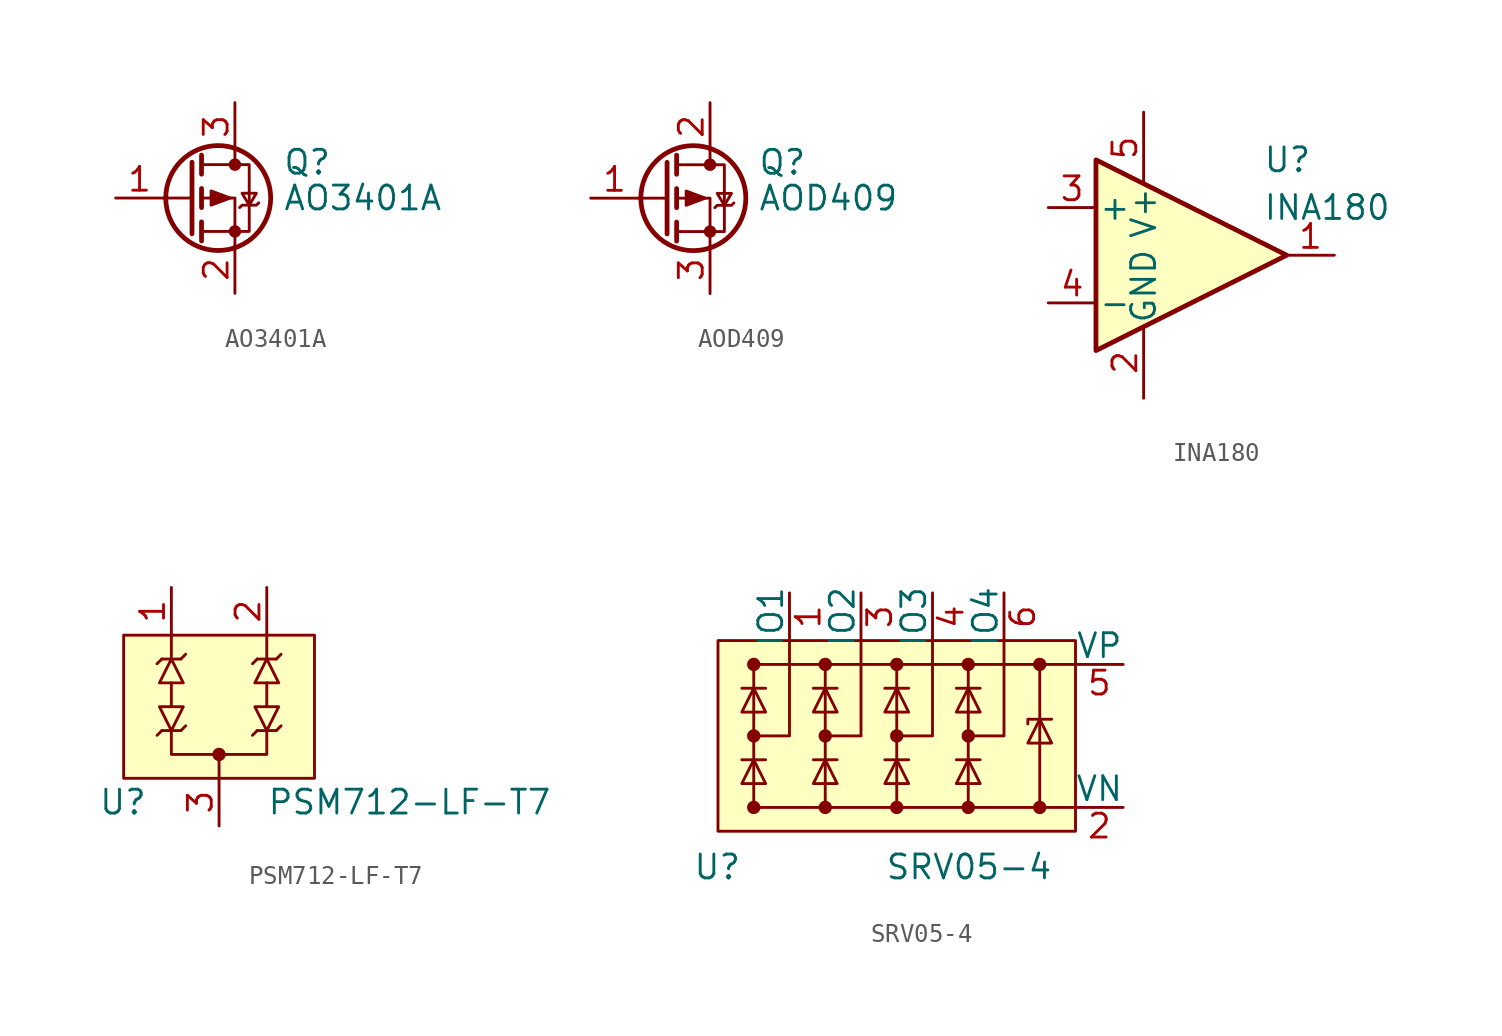
<source format=kicad_sym>
(kicad_symbol_lib
  (version 20220914)
  (generator kicad_symbol_editor)
  (symbol "AO3401A"
    (pin_names hide)
    (property "Reference" "Q"
      (at 5.08 1.905 0)
      (effects (font (size 1.27 1.27)) (justify left)))
    (property "Value" "AO3401A"
      (at 5.08 0 0)
      (effects (font (size 1.27 1.27)) (justify left)))
    (symbol "AO3401A_0_1"
      (polyline (pts (xy 0.254 0) (xy -1.27 0)) (stroke (width 0) (type default)) (fill (type none)))
      (polyline (pts (xy 0.254 1.905) (xy 0.254 -1.905)) (stroke (width 0.254) (type default)) (fill (type none)))
      (polyline (pts (xy 0.762 -1.27) (xy 0.762 -2.286)) (stroke (width 0.254) (type default)) (fill (type none)))
      (polyline (pts (xy 0.762 0.508) (xy 0.762 -0.508)) (stroke (width 0.254) (type default)) (fill (type none)))
      (polyline (pts (xy 0.762 2.286) (xy 0.762 1.27)) (stroke (width 0.254) (type default)) (fill (type none)))
      (polyline (pts (xy 2.54 2.54) (xy 2.54 1.778)) (stroke (width 0) (type default)) (fill (type none)))
      (polyline (pts (xy 2.54 -2.54) (xy 2.54 0) (xy 0.762 0)) (stroke (width 0) (type default)) (fill (type none)))
      (polyline (pts (xy 0.762 1.778) (xy 3.302 1.778) (xy 3.302 -1.778) (xy 0.762 -1.778)) (stroke (width 0) (type default)) (fill (type none)))
      (polyline (pts (xy 2.286 0) (xy 1.27 0.381) (xy 1.27 -0.381) (xy 2.286 0)) (stroke (width 0) (type default)) (fill (type outline)))
      (polyline (pts (xy 2.794 -0.508) (xy 2.921 -0.381) (xy 3.683 -0.381) (xy 3.81 -0.254)) (stroke (width 0) (type default)) (fill (type none)))
      (polyline (pts (xy 3.302 -0.381) (xy 2.921 0.254) (xy 3.683 0.254) (xy 3.302 -0.381)) (stroke (width 0) (type default)) (fill (type none)))
      (circle (center 1.651 0) (radius 2.794) (stroke (width 0.254) (type default)) (fill (type none)))
      (circle (center 2.54 -1.778) (radius 0.254) (stroke (width 0) (type default)) (fill (type outline)))
      (circle (center 2.54 1.778) (radius 0.254) (stroke (width 0) (type default)) (fill (type outline))))
    (symbol "AO3401A_1_1"
      (pin input line (at -3.81 0 0) (length 2.54) (name "G" (effects (font (size 1.27 1.27)))) (number "1" (effects (font (size 1.27 1.27)))))
      (pin passive line (at 2.54 -5.08 90) (length 2.54) (name "S" (effects (font (size 1.27 1.27)))) (number "2" (effects (font (size 1.27 1.27)))))
      (pin passive line (at 2.54 5.08 270) (length 2.54) (name "D" (effects (font (size 1.27 1.27)))) (number "3" (effects (font (size 1.27 1.27)))))))
  (symbol "AOD409"
    (pin_names hide)
    (property "Reference" "Q"
      (at 5.08 1.905 0)
      (effects (font (size 1.27 1.27)) (justify left)))
    (property "Value" "AOD409"
      (at 5.08 0 0)
      (effects (font (size 1.27 1.27)) (justify left)))
    (symbol "AOD409_0_1"
      (polyline (pts (xy 0.254 0) (xy -1.27 0)) (stroke (width 0) (type default)) (fill (type none)))
      (polyline (pts (xy 0.254 1.905) (xy 0.254 -1.905)) (stroke (width 0.254) (type default)) (fill (type none)))
      (polyline (pts (xy 0.762 -1.27) (xy 0.762 -2.286)) (stroke (width 0.254) (type default)) (fill (type none)))
      (polyline (pts (xy 0.762 0.508) (xy 0.762 -0.508)) (stroke (width 0.254) (type default)) (fill (type none)))
      (polyline (pts (xy 0.762 2.286) (xy 0.762 1.27)) (stroke (width 0.254) (type default)) (fill (type none)))
      (polyline (pts (xy 2.54 2.54) (xy 2.54 1.778)) (stroke (width 0) (type default)) (fill (type none)))
      (polyline (pts (xy 2.54 -2.54) (xy 2.54 0) (xy 0.762 0)) (stroke (width 0) (type default)) (fill (type none)))
      (polyline (pts (xy 0.762 1.778) (xy 3.302 1.778) (xy 3.302 -1.778) (xy 0.762 -1.778)) (stroke (width 0) (type default)) (fill (type none)))
      (polyline (pts (xy 2.286 0) (xy 1.27 0.381) (xy 1.27 -0.381) (xy 2.286 0)) (stroke (width 0) (type default)) (fill (type outline)))
      (polyline (pts (xy 2.794 -0.508) (xy 2.921 -0.381) (xy 3.683 -0.381) (xy 3.81 -0.254)) (stroke (width 0) (type default)) (fill (type none)))
      (polyline (pts (xy 3.302 -0.381) (xy 2.921 0.254) (xy 3.683 0.254) (xy 3.302 -0.381)) (stroke (width 0) (type default)) (fill (type none)))
      (circle (center 1.651 0) (radius 2.794) (stroke (width 0.254) (type default)) (fill (type none)))
      (circle (center 2.54 -1.778) (radius 0.254) (stroke (width 0) (type default)) (fill (type outline)))
      (circle (center 2.54 1.778) (radius 0.254) (stroke (width 0) (type default)) (fill (type outline))))
    (symbol "AOD409_1_1"
      (pin input line (at -3.81 0 0) (length 2.54) (name "G" (effects (font (size 1.27 1.27)))) (number "1" (effects (font (size 1.27 1.27)))))
      (pin passive line (at 2.54 5.08 270) (length 2.54) (name "D" (effects (font (size 1.27 1.27)))) (number "2" (effects (font (size 1.27 1.27)))))
      (pin passive line (at 2.54 -5.08 90) (length 2.54) (name "S" (effects (font (size 1.27 1.27)))) (number "3" (effects (font (size 1.27 1.27)))))))
  (symbol "INA180"
    (pin_names
      (offset 0.127))
    (property "Reference" "U"
      (at 3.81 5.08 0)
      (effects (font (size 1.27 1.27)) (justify left)))
    (property "Value" "INA180"
      (at 3.81 2.54 0)
      (effects (font (size 1.27 1.27)) (justify left)))
    (symbol "INA180_0_1"
      (polyline (pts (xy -5.08 5.08) (xy 5.08 0) (xy -5.08 -5.08) (xy -5.08 5.08)) (stroke (width 0.254) (type default)) (fill (type background))))
    (symbol "INA180_1_1"
      (pin output line (at 7.62 0 180) (length 2.54) (name "~" (effects (font (size 1.27 1.27)))) (number "1" (effects (font (size 1.27 1.27)))))
      (pin power_in line (at -2.54 -7.62 90) (length 3.81) (name "GND" (effects (font (size 1.27 1.27)))) (number "2" (effects (font (size 1.27 1.27)))))
      (pin input line (at -7.62 2.54 0) (length 2.54) (name "+" (effects (font (size 1.27 1.27)))) (number "3" (effects (font (size 1.27 1.27)))))
      (pin input line (at -7.62 -2.54 0) (length 2.54) (name "-" (effects (font (size 1.27 1.27)))) (number "4" (effects (font (size 1.27 1.27)))))
      (pin power_in line (at -2.54 7.62 270) (length 3.81) (name "V+" (effects (font (size 1.27 1.27)))) (number "5" (effects (font (size 1.27 1.27)))))))
  (symbol "PSM712-LF-T7"
    (pin_names
      (offset 0))
    (property "Reference" "U"
      (at -3.81 -5.08 0)
      (effects (font (size 1.27 1.27)) (justify right)))
    (property "Value" "PSM712-LF-T7"
      (at 2.54 -5.08 0)
      (effects (font (size 1.27 1.27)) (justify left)))
    (symbol "PSM712-LF-T7_0_1"
      (rectangle (start -5.08 3.81) (end 5.08 -3.81) (stroke (width 0) (type default)) (fill (type background)))
      (circle (center 0 -2.54) (radius 0.279) (stroke (width 0) (type default)) (fill (type outline)))
      (polyline (pts (xy -3.302 2.286) (xy -3.048 2.54)) (stroke (width 0) (type default)) (fill (type none)))
      (polyline (pts (xy -3.048 -1.27) (xy -3.302 -1.524)) (stroke (width 0) (type default)) (fill (type none)))
      (polyline (pts (xy -3.048 -1.27) (xy -2.032 -1.27)) (stroke (width 0) (type default)) (fill (type none)))
      (polyline (pts (xy -2.54 1.27) (xy -2.54 0)) (stroke (width 0) (type default)) (fill (type none)))
      (polyline (pts (xy -2.54 2.54) (xy -2.54 3.81)) (stroke (width 0) (type default)) (fill (type none)))
      (polyline (pts (xy -2.032 2.54) (xy -3.048 2.54)) (stroke (width 0) (type default)) (fill (type none)))
      (polyline (pts (xy -2.032 2.54) (xy -1.778 2.794)) (stroke (width 0) (type default)) (fill (type none)))
      (polyline (pts (xy -1.778 -1.016) (xy -2.032 -1.27)) (stroke (width 0) (type default)) (fill (type none)))
      (polyline (pts (xy 0 -2.54) (xy 0 -3.81)) (stroke (width 0) (type default)) (fill (type none)))
      (polyline (pts (xy 1.778 2.286) (xy 2.032 2.54)) (stroke (width 0) (type default)) (fill (type none)))
      (polyline (pts (xy 2.032 -1.27) (xy 1.778 -1.524)) (stroke (width 0) (type default)) (fill (type none)))
      (polyline (pts (xy 2.032 -1.27) (xy 3.048 -1.27)) (stroke (width 0) (type default)) (fill (type none)))
      (polyline (pts (xy 2.54 1.27) (xy 2.54 0)) (stroke (width 0) (type default)) (fill (type none)))
      (polyline (pts (xy 2.54 2.54) (xy 2.54 3.81)) (stroke (width 0) (type default)) (fill (type none)))
      (polyline (pts (xy 3.048 2.54) (xy 2.032 2.54)) (stroke (width 0) (type default)) (fill (type none)))
      (polyline (pts (xy 3.048 2.54) (xy 3.302 2.794)) (stroke (width 0) (type default)) (fill (type none)))
      (polyline (pts (xy 3.302 -1.016) (xy 3.048 -1.27)) (stroke (width 0) (type default)) (fill (type none)))
      (polyline (pts (xy -3.175 0) (xy -1.905 0) (xy -2.54 -1.27) (xy -3.175 0)) (stroke (width 0) (type default)) (fill (type none)))
      (polyline (pts (xy -2.54 -1.27) (xy -2.54 -2.54) (xy 2.54 -2.54) (xy 2.54 -1.27)) (stroke (width 0) (type default)) (fill (type none)))
      (polyline (pts (xy -1.905 1.27) (xy -3.175 1.27) (xy -2.54 2.54) (xy -1.905 1.27)) (stroke (width 0) (type default)) (fill (type none)))
      (polyline (pts (xy 1.905 0) (xy 3.175 0) (xy 2.54 -1.27) (xy 1.905 0)) (stroke (width 0) (type default)) (fill (type none)))
      (polyline (pts (xy 3.175 1.27) (xy 1.905 1.27) (xy 2.54 2.54) (xy 3.175 1.27)) (stroke (width 0) (type default)) (fill (type none))))
    (symbol "PSM712-LF-T7_1_1"
      (pin passive line (at -2.54 6.35 270) (length 2.54) (name "" (effects (font (size 1.27 1.27)))) (number "1" (effects (font (size 1.27 1.27)))))
      (pin passive line (at 2.54 6.35 270) (length 2.54) (name "" (effects (font (size 1.27 1.27)))) (number "2" (effects (font (size 1.27 1.27)))))
      (pin passive line (at 0 -6.35 90) (length 2.54) (name "" (effects (font (size 1.27 1.27)))) (number "3" (effects (font (size 1.27 1.27)))))))
  (symbol "SRV05-4"
    (pin_names
      (offset 0))
    (property "Reference" "U"
      (at -7.62 -6.985 0)
      (effects (font (size 1.27 1.27)) (justify right)))
    (property "Value" "SRV05-4"
      (at 0 -6.985 0)
      (effects (font (size 1.27 1.27)) (justify left)))
    (symbol "SRV05-4_0_0"
      (polyline (pts (xy -6.985 -3.81) (xy -6.985 3.81)) (stroke (width 0) (type default)) (fill (type none)))
      (polyline (pts (xy -3.175 -3.81) (xy -3.175 3.81)) (stroke (width 0) (type default)) (fill (type none)))
      (polyline (pts (xy 0.635 -3.81) (xy 0.635 3.81)) (stroke (width 0) (type default)) (fill (type none)))
      (polyline (pts (xy 4.445 -3.81) (xy 4.445 3.81)) (stroke (width 0) (type default)) (fill (type none))))
    (symbol "SRV05-4_0_1"
      (rectangle (start -8.89 5.08) (end 10.16 -5.08) (stroke (width 0) (type default)) (fill (type background)))
      (circle (center -6.985 -3.81) (radius 0.279) (stroke (width 0) (type default)) (fill (type outline)))
      (circle (center -6.985 0) (radius 0.279) (stroke (width 0) (type default)) (fill (type outline)))
      (circle (center -6.985 3.81) (radius 0.279) (stroke (width 0) (type default)) (fill (type outline)))
      (circle (center -3.175 -3.81) (radius 0.279) (stroke (width 0) (type default)) (fill (type outline)))
      (circle (center -3.175 0) (radius 0.279) (stroke (width 0) (type default)) (fill (type outline)))
      (circle (center -3.175 3.81) (radius 0.279) (stroke (width 0) (type default)) (fill (type outline)))
      (polyline (pts (xy -6.35 -1.27) (xy -7.62 -1.27)) (stroke (width 0) (type default)) (fill (type none)))
      (polyline (pts (xy -6.35 2.54) (xy -7.62 2.54)) (stroke (width 0) (type default)) (fill (type none)))
      (polyline (pts (xy -2.54 -1.27) (xy -3.81 -1.27)) (stroke (width 0) (type default)) (fill (type none)))
      (polyline (pts (xy -2.54 2.54) (xy -3.81 2.54)) (stroke (width 0) (type default)) (fill (type none)))
      (polyline (pts (xy 1.27 -1.27) (xy 0 -1.27)) (stroke (width 0) (type default)) (fill (type none)))
      (polyline (pts (xy 1.27 2.54) (xy 0 2.54)) (stroke (width 0) (type default)) (fill (type none)))
      (polyline (pts (xy 5.08 -1.27) (xy 3.81 -1.27)) (stroke (width 0) (type default)) (fill (type none)))
      (polyline (pts (xy 5.08 2.54) (xy 3.81 2.54)) (stroke (width 0) (type default)) (fill (type none)))
      (polyline (pts (xy 8.255 3.81) (xy 8.255 -3.81)) (stroke (width 0) (type default)) (fill (type none)))
      (polyline (pts (xy 10.16 -3.81) (xy -6.985 -3.81)) (stroke (width 0) (type default)) (fill (type none)))
      (polyline (pts (xy 10.16 3.81) (xy -6.985 3.81)) (stroke (width 0) (type default)) (fill (type none)))
      (polyline (pts (xy -6.985 0) (xy -5.08 0) (xy -5.08 5.08)) (stroke (width 0) (type default)) (fill (type none)))
      (polyline (pts (xy -3.175 0) (xy -1.27 0) (xy -1.27 5.08)) (stroke (width 0) (type default)) (fill (type none)))
      (polyline (pts (xy 0.635 0) (xy 2.54 0) (xy 2.54 5.08)) (stroke (width 0) (type default)) (fill (type none)))
      (polyline (pts (xy 4.445 0) (xy 6.35 0) (xy 6.35 5.08)) (stroke (width 0) (type default)) (fill (type none)))
      (polyline (pts (xy 8.89 0.889) (xy 7.62 0.889) (xy 7.62 0.635)) (stroke (width 0) (type default)) (fill (type none)))
      (polyline (pts (xy -6.35 -2.54) (xy -7.62 -2.54) (xy -6.985 -1.27) (xy -6.35 -2.54)) (stroke (width 0) (type default)) (fill (type none)))
      (polyline (pts (xy -6.35 1.27) (xy -7.62 1.27) (xy -6.985 2.54) (xy -6.35 1.27)) (stroke (width 0) (type default)) (fill (type none)))
      (polyline (pts (xy -2.54 -2.54) (xy -3.81 -2.54) (xy -3.175 -1.27) (xy -2.54 -2.54)) (stroke (width 0) (type default)) (fill (type none)))
      (polyline (pts (xy -2.54 1.27) (xy -3.81 1.27) (xy -3.175 2.54) (xy -2.54 1.27)) (stroke (width 0) (type default)) (fill (type none)))
      (polyline (pts (xy 1.27 -2.54) (xy 0 -2.54) (xy 0.635 -1.27) (xy 1.27 -2.54)) (stroke (width 0) (type default)) (fill (type none)))
      (polyline (pts (xy 1.27 1.27) (xy 0 1.27) (xy 0.635 2.54) (xy 1.27 1.27)) (stroke (width 0) (type default)) (fill (type none)))
      (polyline (pts (xy 5.08 -2.54) (xy 3.81 -2.54) (xy 4.445 -1.27) (xy 5.08 -2.54)) (stroke (width 0) (type default)) (fill (type none)))
      (polyline (pts (xy 5.08 1.27) (xy 3.81 1.27) (xy 4.445 2.54) (xy 5.08 1.27)) (stroke (width 0) (type default)) (fill (type none)))
      (polyline (pts (xy 8.89 -0.381) (xy 7.62 -0.381) (xy 8.255 0.889) (xy 8.89 -0.381)) (stroke (width 0) (type default)) (fill (type none)))
      (circle (center 0.635 -3.81) (radius 0.279) (stroke (width 0) (type default)) (fill (type outline)))
      (circle (center 0.635 0) (radius 0.279) (stroke (width 0) (type default)) (fill (type outline)))
      (circle (center 0.635 3.81) (radius 0.279) (stroke (width 0) (type default)) (fill (type outline)))
      (circle (center 4.445 -3.81) (radius 0.279) (stroke (width 0) (type default)) (fill (type outline)))
      (circle (center 4.445 0) (radius 0.279) (stroke (width 0) (type default)) (fill (type outline)))
      (circle (center 4.445 3.81) (radius 0.279) (stroke (width 0) (type default)) (fill (type outline)))
      (circle (center 8.255 -3.81) (radius 0.279) (stroke (width 0) (type default)) (fill (type outline)))
      (circle (center 8.255 3.81) (radius 0.279) (stroke (width 0) (type default)) (fill (type outline))))
    (symbol "SRV05-4_1_1"
      (pin passive line (at -5.08 7.62 270) (length 2.54) (name "IO1" (effects (font (size 1.27 1.27)))) (number "1" (effects (font (size 1.27 1.27)))))
      (pin passive line (at 12.7 -3.81 180) (length 2.54) (name "VN" (effects (font (size 1.27 1.27)))) (number "2" (effects (font (size 1.27 1.27)))))
      (pin passive line (at -1.27 7.62 270) (length 2.54) (name "IO2" (effects (font (size 1.27 1.27)))) (number "3" (effects (font (size 1.27 1.27)))))
      (pin passive line (at 2.54 7.62 270) (length 2.54) (name "IO3" (effects (font (size 1.27 1.27)))) (number "4" (effects (font (size 1.27 1.27)))))
      (pin passive line (at 12.7 3.81 180) (length 2.54) (name "VP" (effects (font (size 1.27 1.27)))) (number "5" (effects (font (size 1.27 1.27)))))
      (pin passive line (at 6.35 7.62 270) (length 2.54) (name "IO4" (effects (font (size 1.27 1.27)))) (number "6" (effects (font (size 1.27 1.27))))))))
</source>
